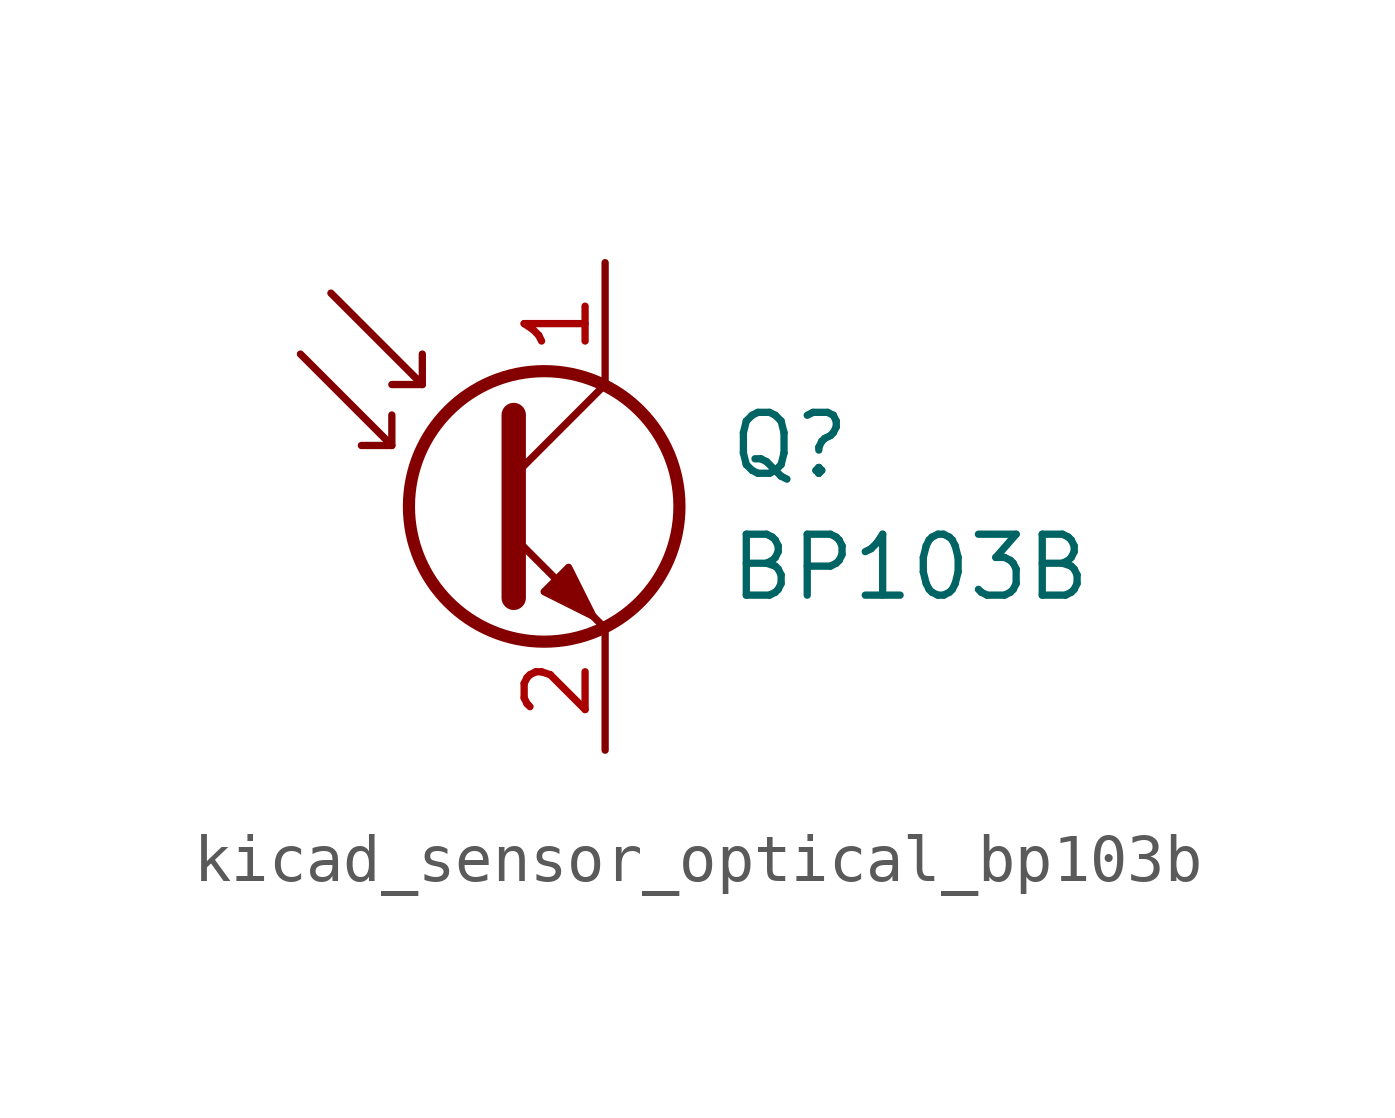
<source format=kicad_sym>
(kicad_symbol_lib
  (version 20220914)
  (generator kicad_symbol_editor)
  (symbol "kicad_sensor_optical_bp103b"
    (pin_names
      (offset 0) hide)
    (property "Reference" "Q"
      (at 5.08 1.27 0)
      (effects (font (size 1.27 1.27)) (justify left)))
    (property "Value" "BP103B"
      (at 5.08 -1.27 0)
      (effects (font (size 1.27 1.27)) (justify left)))
    (symbol "kicad_sensor_optical_bp103b_0_1"
      (polyline (pts (xy -1.905 1.27) (xy -2.54 1.27)) (stroke (width 0) (type default)) (fill (type none)))
      (polyline (pts (xy -1.27 2.54) (xy -1.905 2.54)) (stroke (width 0) (type default)) (fill (type none)))
      (polyline (pts (xy 0.635 0.635) (xy 2.54 2.54)) (stroke (width 0) (type default)) (fill (type none)))
      (polyline (pts (xy -3.81 3.175) (xy -1.905 1.27) (xy -1.905 1.905)) (stroke (width 0) (type default)) (fill (type none)))
      (polyline (pts (xy -3.175 4.445) (xy -1.27 2.54) (xy -1.27 3.175)) (stroke (width 0) (type default)) (fill (type none)))
      (polyline (pts (xy 0.635 -0.635) (xy 2.54 -2.54) (xy 2.54 -2.54)) (stroke (width 0) (type default)) (fill (type none)))
      (polyline (pts (xy 0.635 1.905) (xy 0.635 -1.905) (xy 0.635 -1.905)) (stroke (width 0.508) (type default)) (fill (type none)))
      (polyline (pts (xy 1.27 -1.778) (xy 1.778 -1.27) (xy 2.286 -2.286) (xy 1.27 -1.778) (xy 1.27 -1.778)) (stroke (width 0) (type default)) (fill (type outline)))
      (circle (center 1.27 0) (radius 2.819) (stroke (width 0.254) (type default)) (fill (type none))))
    (symbol "kicad_sensor_optical_bp103b_1_1"
      (pin passive line (at 2.54 5.08 270) (length 2.54) (name "C" (effects (font (size 1.27 1.27)))) (number "1" (effects (font (size 1.27 1.27)))))
      (pin passive line (at 2.54 -5.08 90) (length 2.54) (name "E" (effects (font (size 1.27 1.27)))) (number "2" (effects (font (size 1.27 1.27))))))))
</source>
